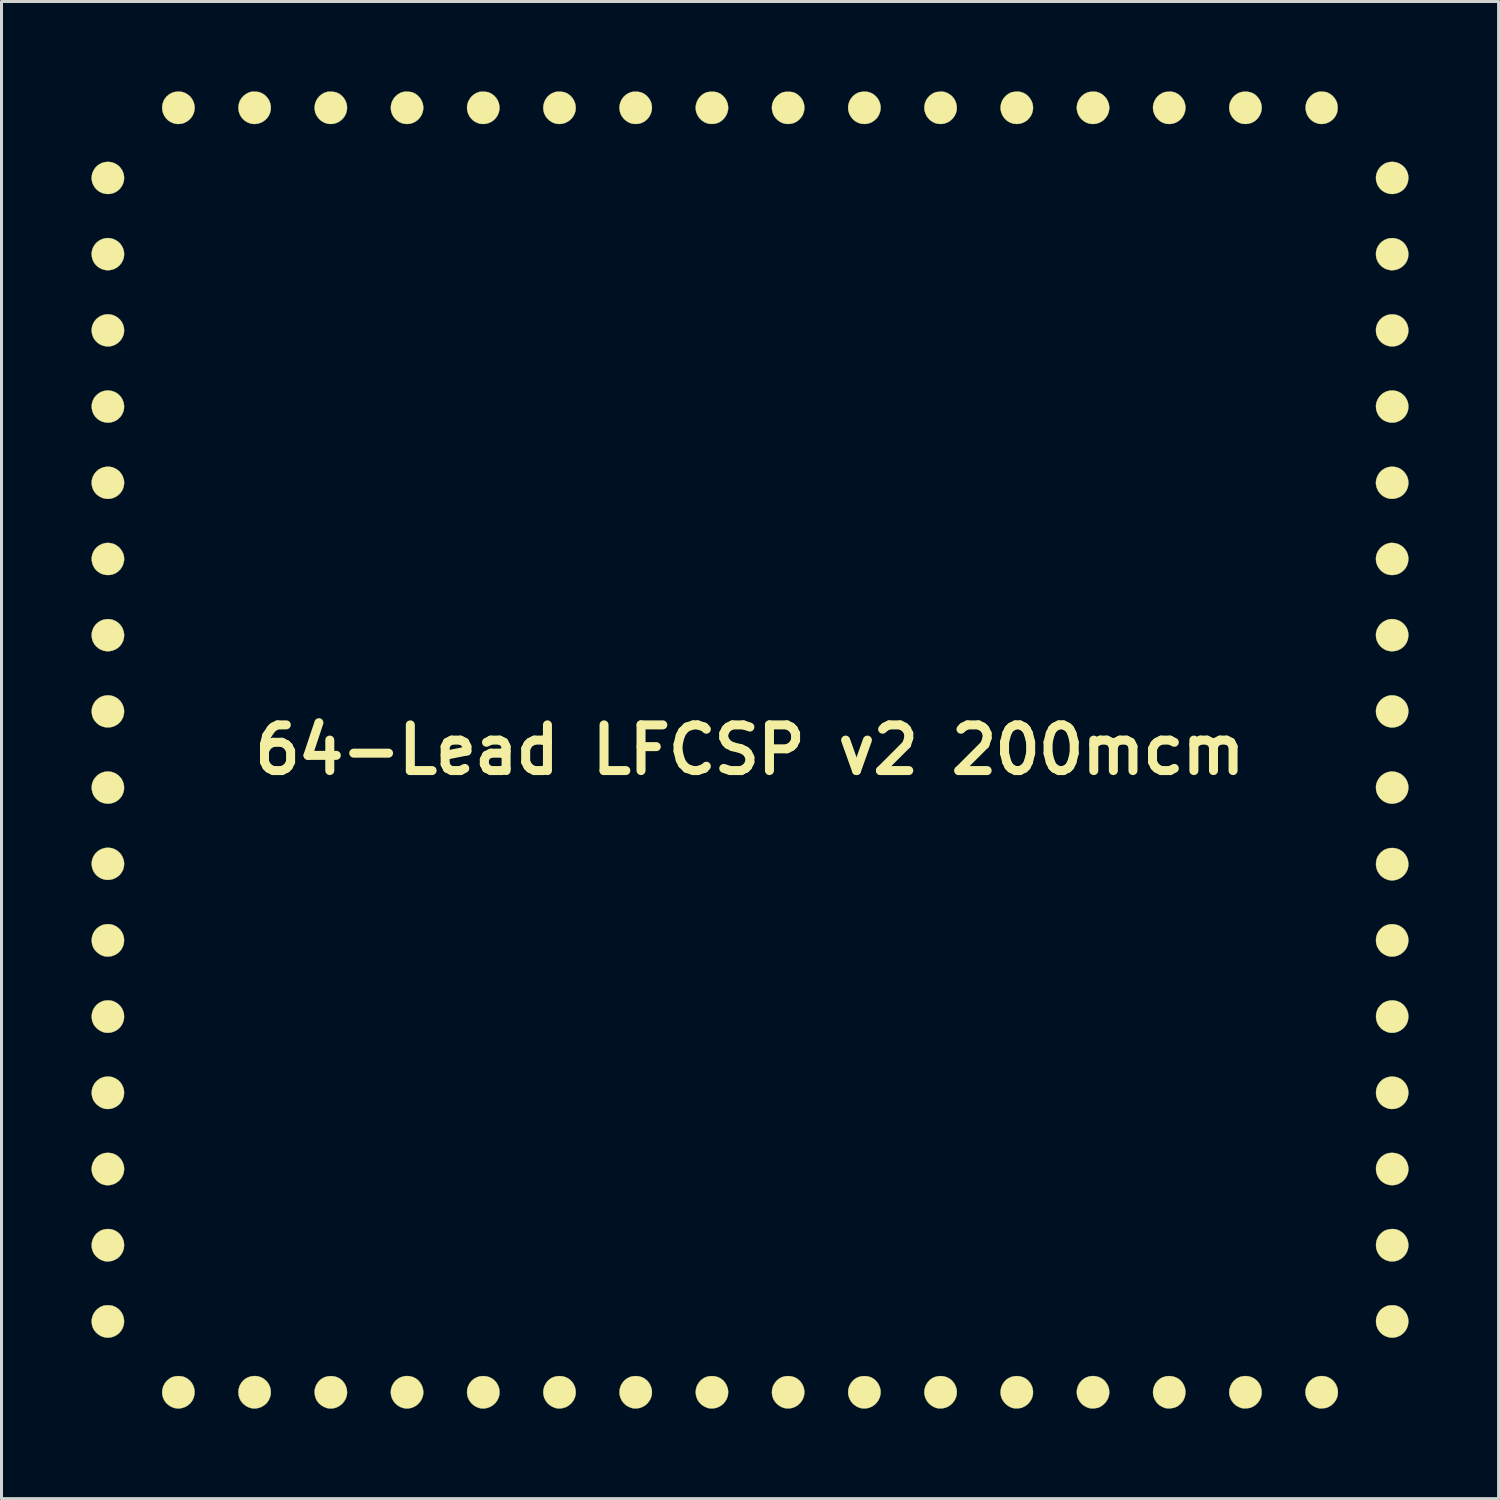
<source format=kicad_pcb>
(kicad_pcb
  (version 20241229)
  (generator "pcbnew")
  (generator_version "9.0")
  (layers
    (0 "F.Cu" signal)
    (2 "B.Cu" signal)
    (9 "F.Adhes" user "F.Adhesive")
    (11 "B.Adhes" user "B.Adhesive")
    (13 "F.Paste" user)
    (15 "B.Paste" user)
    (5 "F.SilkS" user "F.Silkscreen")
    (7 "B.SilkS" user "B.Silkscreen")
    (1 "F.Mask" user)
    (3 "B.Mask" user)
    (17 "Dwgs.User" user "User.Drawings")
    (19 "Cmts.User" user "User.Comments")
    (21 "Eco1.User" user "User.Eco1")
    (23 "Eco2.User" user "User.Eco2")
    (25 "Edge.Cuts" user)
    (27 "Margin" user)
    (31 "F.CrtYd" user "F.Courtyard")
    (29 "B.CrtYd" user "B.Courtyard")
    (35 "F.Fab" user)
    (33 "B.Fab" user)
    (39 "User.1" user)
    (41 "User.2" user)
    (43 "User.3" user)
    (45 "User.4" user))
  (footprint "64-Lead LFCSP v2 200mcm"
    (layer "F.Cu")
    (at 21.952 21.953)
    (property "Reference" "64-Lead LFCSP v2 200mcm" (at 0 0 0) (layer "F.SilkS") (effects (font (size 1.524 1.524) (thickness 0.3))))
    (attr through_hole)
    (fp_poly (pts (xy 21.514 -6.893) (xy 21.611 -6.865) (xy 21.7 -6.821) (xy 21.778 -6.763) (xy 21.845 -6.691) (xy 21.898 -6.61) (xy 21.935 -6.519) (xy 21.954 -6.422) (xy 21.955 -6.331) (xy 21.937 -6.227) (xy 21.902 -6.131) (xy 21.85 -6.046) (xy 21.784 -5.973) (xy 21.706 -5.913) (xy 21.617 -5.868) (xy 21.52 -5.84) (xy 21.417 -5.83) (xy 21.345 -5.834) (xy 21.244 -5.856) (xy 21.152 -5.896) (xy 21.071 -5.952) (xy 21.001 -6.021) (xy 20.944 -6.101) (xy 20.903 -6.19) (xy 20.879 -6.286) (xy 20.873 -6.386) (xy 20.879 -6.445) (xy 20.904 -6.543) (xy 20.947 -6.633) (xy 21.006 -6.714) (xy 21.078 -6.783) (xy 21.161 -6.838) (xy 21.252 -6.878) (xy 21.35 -6.9) (xy 21.41 -6.903) (xy 21.514 -6.893)) (stroke (width 0.01) (type solid)) (fill yes) (layer "F.SilkS"))
    (fp_poly (pts (xy 21.514 -4.352) (xy 21.611 -4.324) (xy 21.7 -4.28) (xy 21.778 -4.221) (xy 21.845 -4.15) (xy 21.898 -4.069) (xy 21.935 -3.978) (xy 21.954 -3.881) (xy 21.955 -3.79) (xy 21.937 -3.686) (xy 21.902 -3.59) (xy 21.85 -3.505) (xy 21.784 -3.432) (xy 21.706 -3.372) (xy 21.617 -3.327) (xy 21.52 -3.299) (xy 21.417 -3.289) (xy 21.345 -3.293) (xy 21.244 -3.315) (xy 21.152 -3.355) (xy 21.071 -3.411) (xy 21.001 -3.48) (xy 20.944 -3.56) (xy 20.903 -3.649) (xy 20.879 -3.745) (xy 20.873 -3.845) (xy 20.879 -3.904) (xy 20.904 -4.002) (xy 20.947 -4.092) (xy 21.006 -4.173) (xy 21.078 -4.242) (xy 21.161 -4.297) (xy 21.252 -4.337) (xy 21.35 -4.358) (xy 21.41 -4.362) (xy 21.514 -4.352)) (stroke (width 0.01) (type solid)) (fill yes) (layer "F.SilkS"))
    (fp_poly (pts (xy 21.514 -1.811) (xy 21.611 -1.783) (xy 21.7 -1.739) (xy 21.778 -1.68) (xy 21.845 -1.609) (xy 21.898 -1.528) (xy 21.935 -1.437) (xy 21.954 -1.34) (xy 21.955 -1.249) (xy 21.937 -1.146) (xy 21.902 -1.051) (xy 21.85 -0.965) (xy 21.784 -0.892) (xy 21.706 -0.831) (xy 21.617 -0.786) (xy 21.521 -0.757) (xy 21.419 -0.746) (xy 21.366 -0.749) (xy 21.265 -0.768) (xy 21.171 -0.805) (xy 21.088 -0.857) (xy 21.015 -0.924) (xy 20.956 -1.001) (xy 20.911 -1.088) (xy 20.883 -1.182) (xy 20.873 -1.282) (xy 20.879 -1.363) (xy 20.904 -1.461) (xy 20.947 -1.551) (xy 21.006 -1.632) (xy 21.078 -1.701) (xy 21.161 -1.756) (xy 21.252 -1.796) (xy 21.35 -1.817) (xy 21.41 -1.821) (xy 21.514 -1.811)) (stroke (width 0.01) (type solid)) (fill yes) (layer "F.SilkS"))
    (fp_poly (pts (xy -21.363 -17.064) (xy -21.259 -17.045) (xy -21.163 -17.008) (xy -21.077 -16.955) (xy -21.002 -16.887) (xy -20.942 -16.806) (xy -20.897 -16.715) (xy -20.87 -16.615) (xy -20.868 -16.607) (xy -20.863 -16.506) (xy -20.877 -16.408) (xy -20.908 -16.317) (xy -20.955 -16.233) (xy -21.015 -16.159) (xy -21.087 -16.096) (xy -21.169 -16.046) (xy -21.26 -16.012) (xy -21.356 -15.994) (xy -21.457 -15.995) (xy -21.478 -15.998) (xy -21.582 -16.023) (xy -21.675 -16.066) (xy -21.757 -16.123) (xy -21.826 -16.193) (xy -21.881 -16.273) (xy -21.92 -16.363) (xy -21.942 -16.459) (xy -21.946 -16.561) (xy -21.932 -16.654) (xy -21.899 -16.75) (xy -21.848 -16.837) (xy -21.783 -16.913) (xy -21.705 -16.975) (xy -21.618 -17.022) (xy -21.522 -17.053) (xy -21.421 -17.066) (xy -21.363 -17.064)) (stroke (width 0.01) (type solid)) (fill yes) (layer "F.SilkS"))
    (fp_poly (pts (xy -21.363 -14.523) (xy -21.259 -14.504) (xy -21.163 -14.467) (xy -21.077 -14.414) (xy -21.002 -14.346) (xy -20.941 -14.265) (xy -20.897 -14.174) (xy -20.869 -14.074) (xy -20.869 -14.068) (xy -20.863 -13.967) (xy -20.876 -13.87) (xy -20.907 -13.778) (xy -20.954 -13.695) (xy -21.014 -13.62) (xy -21.085 -13.557) (xy -21.167 -13.507) (xy -21.257 -13.472) (xy -21.353 -13.453) (xy -21.454 -13.454) (xy -21.478 -13.457) (xy -21.582 -13.482) (xy -21.675 -13.524) (xy -21.757 -13.582) (xy -21.826 -13.652) (xy -21.881 -13.732) (xy -21.92 -13.822) (xy -21.942 -13.918) (xy -21.946 -14.02) (xy -21.932 -14.112) (xy -21.899 -14.209) (xy -21.848 -14.296) (xy -21.783 -14.372) (xy -21.705 -14.434) (xy -21.618 -14.481) (xy -21.522 -14.512) (xy -21.421 -14.525) (xy -21.363 -14.523)) (stroke (width 0.01) (type solid)) (fill yes) (layer "F.SilkS"))
    (fp_poly (pts (xy -21.315 5.816) (xy -21.239 5.833) (xy -21.142 5.876) (xy -21.059 5.933) (xy -20.989 6.003) (xy -20.934 6.083) (xy -20.894 6.171) (xy -20.87 6.265) (xy -20.864 6.362) (xy -20.875 6.46) (xy -20.905 6.557) (xy -20.952 6.646) (xy -21.015 6.725) (xy -21.093 6.791) (xy -21.181 6.841) (xy -21.276 6.875) (xy -21.376 6.891) (xy -21.477 6.888) (xy -21.532 6.878) (xy -21.62 6.846) (xy -21.705 6.797) (xy -21.782 6.734) (xy -21.847 6.661) (xy -21.894 6.583) (xy -21.929 6.486) (xy -21.945 6.387) (xy -21.942 6.288) (xy -21.922 6.192) (xy -21.885 6.102) (xy -21.833 6.019) (xy -21.767 5.947) (xy -21.687 5.887) (xy -21.595 5.842) (xy -21.568 5.833) (xy -21.488 5.816) (xy -21.401 5.81) (xy -21.315 5.816)) (stroke (width 0.01) (type solid)) (fill yes) (layer "F.SilkS"))
    (fp_poly (pts (xy -21.314 8.357) (xy -21.239 8.374) (xy -21.142 8.417) (xy -21.059 8.474) (xy -20.989 8.544) (xy -20.933 8.625) (xy -20.894 8.713) (xy -20.87 8.807) (xy -20.864 8.904) (xy -20.875 9.002) (xy -20.906 9.099) (xy -20.952 9.187) (xy -21.015 9.266) (xy -21.093 9.332) (xy -21.181 9.382) (xy -21.276 9.416) (xy -21.376 9.432) (xy -21.477 9.429) (xy -21.532 9.419) (xy -21.62 9.387) (xy -21.705 9.338) (xy -21.782 9.275) (xy -21.847 9.202) (xy -21.894 9.124) (xy -21.929 9.027) (xy -21.945 8.928) (xy -21.942 8.829) (xy -21.922 8.733) (xy -21.885 8.642) (xy -21.832 8.559) (xy -21.766 8.487) (xy -21.685 8.427) (xy -21.593 8.382) (xy -21.568 8.374) (xy -21.488 8.356) (xy -21.4 8.351) (xy -21.314 8.357)) (stroke (width 0.01) (type solid)) (fill yes) (layer "F.SilkS"))
    (fp_poly (pts (xy -21.314 10.898) (xy -21.239 10.915) (xy -21.142 10.958) (xy -21.059 11.015) (xy -20.989 11.085) (xy -20.933 11.166) (xy -20.894 11.254) (xy -20.87 11.348) (xy -20.864 11.445) (xy -20.875 11.543) (xy -20.906 11.64) (xy -20.952 11.728) (xy -21.015 11.807) (xy -21.092 11.873) (xy -21.18 11.923) (xy -21.276 11.957) (xy -21.375 11.973) (xy -21.476 11.97) (xy -21.532 11.96) (xy -21.62 11.928) (xy -21.705 11.879) (xy -21.782 11.816) (xy -21.847 11.743) (xy -21.894 11.665) (xy -21.929 11.568) (xy -21.945 11.469) (xy -21.942 11.37) (xy -21.922 11.274) (xy -21.885 11.183) (xy -21.832 11.101) (xy -21.766 11.028) (xy -21.685 10.968) (xy -21.593 10.923) (xy -21.568 10.915) (xy -21.488 10.897) (xy -21.4 10.892) (xy -21.314 10.898)) (stroke (width 0.01) (type solid)) (fill yes) (layer "F.SilkS"))
    (fp_poly (pts (xy -21.312 0.728) (xy -21.276 0.736) (xy -21.183 0.768) (xy -21.101 0.814) (xy -21.031 0.871) (xy -20.963 0.948) (xy -20.913 1.036) (xy -20.88 1.13) (xy -20.865 1.227) (xy -20.868 1.327) (xy -20.89 1.424) (xy -20.931 1.518) (xy -20.963 1.569) (xy -21.032 1.647) (xy -21.113 1.71) (xy -21.205 1.756) (xy -21.304 1.784) (xy -21.408 1.793) (xy -21.472 1.789) (xy -21.575 1.766) (xy -21.669 1.726) (xy -21.752 1.669) (xy -21.823 1.598) (xy -21.88 1.514) (xy -21.92 1.42) (xy -21.942 1.318) (xy -21.945 1.293) (xy -21.942 1.191) (xy -21.921 1.095) (xy -21.883 1.006) (xy -21.83 0.927) (xy -21.764 0.857) (xy -21.688 0.8) (xy -21.602 0.757) (xy -21.51 0.73) (xy -21.413 0.72) (xy -21.312 0.728)) (stroke (width 0.01) (type solid)) (fill yes) (layer "F.SilkS"))
    (fp_poly (pts (xy -21.303 -6.893) (xy -21.209 -6.866) (xy -21.122 -6.822) (xy -21.045 -6.764) (xy -20.979 -6.694) (xy -20.926 -6.614) (xy -20.888 -6.527) (xy -20.866 -6.434) (xy -20.863 -6.337) (xy -20.868 -6.296) (xy -20.895 -6.19) (xy -20.938 -6.095) (xy -20.997 -6.013) (xy -21.069 -5.944) (xy -21.152 -5.89) (xy -21.245 -5.852) (xy -21.345 -5.832) (xy -21.452 -5.832) (xy -21.472 -5.834) (xy -21.576 -5.857) (xy -21.67 -5.897) (xy -21.753 -5.954) (xy -21.824 -6.025) (xy -21.88 -6.109) (xy -21.92 -6.204) (xy -21.942 -6.307) (xy -21.945 -6.331) (xy -21.942 -6.433) (xy -21.921 -6.53) (xy -21.882 -6.62) (xy -21.828 -6.7) (xy -21.76 -6.77) (xy -21.68 -6.827) (xy -21.59 -6.87) (xy -21.492 -6.896) (xy -21.403 -6.903) (xy -21.303 -6.893)) (stroke (width 0.01) (type solid)) (fill yes) (layer "F.SilkS"))
    (fp_poly (pts (xy -21.299 13.443) (xy -21.204 13.47) (xy -21.118 13.513) (xy -21.043 13.57) (xy -20.979 13.638) (xy -20.928 13.716) (xy -20.891 13.802) (xy -20.869 13.893) (xy -20.863 13.987) (xy -20.875 14.083) (xy -20.904 14.179) (xy -20.952 14.269) (xy -21.015 14.348) (xy -21.091 14.412) (xy -21.178 14.463) (xy -21.272 14.497) (xy -21.37 14.513) (xy -21.469 14.512) (xy -21.535 14.499) (xy -21.619 14.47) (xy -21.693 14.43) (xy -21.762 14.375) (xy -21.785 14.352) (xy -21.855 14.269) (xy -21.906 14.178) (xy -21.936 14.081) (xy -21.947 13.981) (xy -21.938 13.878) (xy -21.908 13.776) (xy -21.891 13.738) (xy -21.837 13.646) (xy -21.768 13.569) (xy -21.686 13.509) (xy -21.593 13.465) (xy -21.491 13.44) (xy -21.403 13.434) (xy -21.299 13.443)) (stroke (width 0.01) (type solid)) (fill yes) (layer "F.SilkS"))
    (fp_poly (pts (xy -21.299 3.271) (xy -21.201 3.301) (xy -21.111 3.348) (xy -21.031 3.412) (xy -20.964 3.489) (xy -20.921 3.561) (xy -20.882 3.662) (xy -20.864 3.762) (xy -20.867 3.863) (xy -20.891 3.967) (xy -20.901 3.996) (xy -20.945 4.084) (xy -21.005 4.161) (xy -21.079 4.226) (xy -21.164 4.278) (xy -21.257 4.313) (xy -21.356 4.332) (xy -21.458 4.332) (xy -21.472 4.33) (xy -21.575 4.307) (xy -21.67 4.266) (xy -21.753 4.209) (xy -21.824 4.138) (xy -21.88 4.054) (xy -21.92 3.96) (xy -21.942 3.858) (xy -21.945 3.834) (xy -21.942 3.731) (xy -21.921 3.634) (xy -21.882 3.544) (xy -21.828 3.463) (xy -21.76 3.393) (xy -21.68 3.336) (xy -21.59 3.294) (xy -21.491 3.268) (xy -21.402 3.261) (xy -21.299 3.271)) (stroke (width 0.01) (type solid)) (fill yes) (layer "F.SilkS"))
    (fp_poly (pts (xy -21.298 -9.434) (xy -21.202 -9.404) (xy -21.112 -9.357) (xy -21.032 -9.294) (xy -20.965 -9.217) (xy -20.921 -9.144) (xy -20.883 -9.047) (xy -20.864 -8.953) (xy -20.865 -8.858) (xy -20.885 -8.758) (xy -20.891 -8.737) (xy -20.931 -8.646) (xy -20.988 -8.565) (xy -21.059 -8.495) (xy -21.14 -8.439) (xy -21.231 -8.399) (xy -21.327 -8.375) (xy -21.427 -8.37) (xy -21.478 -8.375) (xy -21.582 -8.4) (xy -21.677 -8.443) (xy -21.761 -8.502) (xy -21.832 -8.575) (xy -21.887 -8.661) (xy -21.917 -8.73) (xy -21.941 -8.83) (xy -21.946 -8.93) (xy -21.933 -9.026) (xy -21.902 -9.117) (xy -21.856 -9.201) (xy -21.797 -9.276) (xy -21.724 -9.339) (xy -21.641 -9.389) (xy -21.548 -9.424) (xy -21.447 -9.442) (xy -21.4 -9.444) (xy -21.298 -9.434)) (stroke (width 0.01) (type solid)) (fill yes) (layer "F.SilkS"))
    (fp_poly (pts (xy 1.385 20.887) (xy 1.485 20.915) (xy 1.575 20.962) (xy 1.654 21.027) (xy 1.721 21.108) (xy 1.764 21.182) (xy 1.8 21.279) (xy 1.816 21.376) (xy 1.815 21.471) (xy 1.797 21.562) (xy 1.763 21.649) (xy 1.715 21.728) (xy 1.655 21.799) (xy 1.584 21.859) (xy 1.503 21.906) (xy 1.414 21.939) (xy 1.318 21.956) (xy 1.216 21.955) (xy 1.165 21.947) (xy 1.09 21.925) (xy 1.013 21.887) (xy 0.94 21.837) (xy 0.894 21.796) (xy 0.826 21.714) (xy 0.776 21.624) (xy 0.746 21.527) (xy 0.734 21.427) (xy 0.742 21.326) (xy 0.769 21.226) (xy 0.788 21.182) (xy 0.845 21.088) (xy 0.914 21.011) (xy 0.996 20.95) (xy 1.088 20.907) (xy 1.191 20.883) (xy 1.276 20.877) (xy 1.385 20.887)) (stroke (width 0.01) (type solid)) (fill yes) (layer "F.SilkS"))
    (fp_poly (pts (xy 3.926 20.887) (xy 4.026 20.915) (xy 4.116 20.962) (xy 4.196 21.027) (xy 4.263 21.109) (xy 4.304 21.181) (xy 4.341 21.276) (xy 4.358 21.372) (xy 4.357 21.467) (xy 4.339 21.558) (xy 4.306 21.645) (xy 4.259 21.724) (xy 4.2 21.795) (xy 4.129 21.856) (xy 4.049 21.904) (xy 3.96 21.938) (xy 3.865 21.956) (xy 3.764 21.956) (xy 3.706 21.947) (xy 3.632 21.925) (xy 3.554 21.887) (xy 3.481 21.837) (xy 3.435 21.796) (xy 3.367 21.714) (xy 3.318 21.624) (xy 3.287 21.527) (xy 3.275 21.427) (xy 3.283 21.326) (xy 3.31 21.226) (xy 3.329 21.182) (xy 3.386 21.088) (xy 3.455 21.011) (xy 3.537 20.95) (xy 3.629 20.907) (xy 3.732 20.883) (xy 3.817 20.877) (xy 3.926 20.887)) (stroke (width 0.01) (type solid)) (fill yes) (layer "F.SilkS"))
    (fp_poly (pts (xy 6.467 20.887) (xy 6.568 20.916) (xy 6.658 20.963) (xy 6.737 21.027) (xy 6.804 21.108) (xy 6.845 21.18) (xy 6.882 21.276) (xy 6.899 21.373) (xy 6.898 21.468) (xy 6.88 21.559) (xy 6.846 21.646) (xy 6.799 21.726) (xy 6.739 21.797) (xy 6.668 21.857) (xy 6.588 21.905) (xy 6.499 21.938) (xy 6.403 21.956) (xy 6.302 21.955) (xy 6.247 21.947) (xy 6.173 21.925) (xy 6.095 21.887) (xy 6.023 21.837) (xy 5.976 21.796) (xy 5.908 21.714) (xy 5.859 21.624) (xy 5.828 21.527) (xy 5.816 21.427) (xy 5.824 21.326) (xy 5.851 21.226) (xy 5.87 21.182) (xy 5.927 21.088) (xy 5.996 21.011) (xy 6.078 20.95) (xy 6.171 20.907) (xy 6.273 20.883) (xy 6.358 20.877) (xy 6.467 20.887)) (stroke (width 0.01) (type solid)) (fill yes) (layer "F.SilkS"))
    (fp_poly (pts (xy 21.515 0.73) (xy 21.614 0.759) (xy 21.705 0.804) (xy 21.784 0.865) (xy 21.852 0.94) (xy 21.904 1.026) (xy 21.94 1.123) (xy 21.95 1.172) (xy 21.957 1.273) (xy 21.943 1.372) (xy 21.912 1.468) (xy 21.863 1.556) (xy 21.799 1.635) (xy 21.721 1.7) (xy 21.711 1.707) (xy 21.629 1.749) (xy 21.538 1.778) (xy 21.443 1.793) (xy 21.366 1.792) (xy 21.265 1.773) (xy 21.171 1.736) (xy 21.088 1.684) (xy 21.015 1.617) (xy 20.956 1.54) (xy 20.911 1.453) (xy 20.883 1.359) (xy 20.873 1.259) (xy 20.879 1.178) (xy 20.904 1.081) (xy 20.947 0.99) (xy 21.006 0.91) (xy 21.078 0.841) (xy 21.16 0.785) (xy 21.252 0.746) (xy 21.349 0.724) (xy 21.409 0.72) (xy 21.515 0.73)) (stroke (width 0.01) (type solid)) (fill yes) (layer "F.SilkS"))
    (fp_poly (pts (xy 21.53 -11.972) (xy 21.619 -11.944) (xy 21.702 -11.901) (xy 21.775 -11.846) (xy 21.839 -11.78) (xy 21.89 -11.703) (xy 21.928 -11.619) (xy 21.951 -11.529) (xy 21.957 -11.434) (xy 21.945 -11.336) (xy 21.922 -11.26) (xy 21.877 -11.168) (xy 21.816 -11.088) (xy 21.741 -11.021) (xy 21.656 -10.968) (xy 21.562 -10.931) (xy 21.464 -10.912) (xy 21.362 -10.913) (xy 21.339 -10.916) (xy 21.234 -10.942) (xy 21.139 -10.985) (xy 21.056 -11.045) (xy 20.986 -11.119) (xy 20.932 -11.207) (xy 20.894 -11.305) (xy 20.878 -11.382) (xy 20.874 -11.48) (xy 20.889 -11.576) (xy 20.923 -11.668) (xy 20.972 -11.753) (xy 21.036 -11.829) (xy 21.112 -11.892) (xy 21.199 -11.94) (xy 21.235 -11.954) (xy 21.336 -11.979) (xy 21.435 -11.984) (xy 21.53 -11.972)) (stroke (width 0.01) (type solid)) (fill yes) (layer "F.SilkS"))
    (fp_poly (pts (xy 21.532 -19.594) (xy 21.623 -19.565) (xy 21.707 -19.521) (xy 21.782 -19.463) (xy 21.847 -19.394) (xy 21.898 -19.314) (xy 21.934 -19.226) (xy 21.954 -19.13) (xy 21.955 -19.037) (xy 21.937 -18.929) (xy 21.901 -18.832) (xy 21.847 -18.745) (xy 21.775 -18.669) (xy 21.711 -18.622) (xy 21.629 -18.579) (xy 21.537 -18.55) (xy 21.442 -18.535) (xy 21.351 -18.537) (xy 21.339 -18.539) (xy 21.234 -18.565) (xy 21.139 -18.608) (xy 21.056 -18.668) (xy 20.986 -18.742) (xy 20.932 -18.83) (xy 20.894 -18.928) (xy 20.878 -19.005) (xy 20.874 -19.102) (xy 20.89 -19.199) (xy 20.923 -19.29) (xy 20.972 -19.376) (xy 21.036 -19.451) (xy 21.113 -19.515) (xy 21.2 -19.563) (xy 21.237 -19.578) (xy 21.337 -19.602) (xy 21.436 -19.607) (xy 21.532 -19.594)) (stroke (width 0.01) (type solid)) (fill yes) (layer "F.SilkS"))
    (fp_poly (pts (xy 21.534 -17.052) (xy 21.634 -17.02) (xy 21.657 -17.009) (xy 21.744 -16.957) (xy 21.817 -16.889) (xy 21.876 -16.81) (xy 21.92 -16.722) (xy 21.947 -16.627) (xy 21.956 -16.527) (xy 21.947 -16.427) (xy 21.927 -16.353) (xy 21.885 -16.262) (xy 21.826 -16.181) (xy 21.754 -16.113) (xy 21.67 -16.058) (xy 21.578 -16.019) (xy 21.481 -15.997) (xy 21.381 -15.993) (xy 21.339 -15.998) (xy 21.237 -16.023) (xy 21.144 -16.065) (xy 21.062 -16.123) (xy 20.993 -16.193) (xy 20.938 -16.274) (xy 20.899 -16.365) (xy 20.877 -16.461) (xy 20.874 -16.562) (xy 20.879 -16.607) (xy 20.904 -16.708) (xy 20.946 -16.799) (xy 21.003 -16.878) (xy 21.073 -16.945) (xy 21.153 -16.998) (xy 21.241 -17.037) (xy 21.336 -17.059) (xy 21.434 -17.065) (xy 21.534 -17.052)) (stroke (width 0.01) (type solid)) (fill yes) (layer "F.SilkS"))
    (fp_poly (pts (xy 21.534 -14.511) (xy 21.634 -14.479) (xy 21.657 -14.468) (xy 21.744 -14.416) (xy 21.818 -14.348) (xy 21.876 -14.269) (xy 21.92 -14.181) (xy 21.947 -14.086) (xy 21.956 -13.987) (xy 21.947 -13.887) (xy 21.922 -13.801) (xy 21.877 -13.71) (xy 21.816 -13.629) (xy 21.741 -13.562) (xy 21.656 -13.509) (xy 21.562 -13.472) (xy 21.464 -13.453) (xy 21.362 -13.454) (xy 21.339 -13.457) (xy 21.237 -13.482) (xy 21.144 -13.524) (xy 21.062 -13.582) (xy 20.993 -13.652) (xy 20.938 -13.733) (xy 20.899 -13.823) (xy 20.877 -13.92) (xy 20.874 -14.021) (xy 20.879 -14.066) (xy 20.904 -14.167) (xy 20.946 -14.258) (xy 21.003 -14.337) (xy 21.073 -14.404) (xy 21.153 -14.457) (xy 21.241 -14.496) (xy 21.336 -14.518) (xy 21.434 -14.523) (xy 21.534 -14.511)) (stroke (width 0.01) (type solid)) (fill yes) (layer "F.SilkS"))
    (fp_poly (pts (xy -21.363 -11.982) (xy -21.257 -11.963) (xy -21.159 -11.926) (xy -21.072 -11.871) (xy -20.997 -11.8) (xy -20.937 -11.715) (xy -20.916 -11.676) (xy -20.88 -11.576) (xy -20.864 -11.475) (xy -20.868 -11.376) (xy -20.89 -11.279) (xy -20.931 -11.188) (xy -20.988 -11.105) (xy -21.063 -11.032) (xy -21.144 -10.977) (xy -21.218 -10.944) (xy -21.304 -10.921) (xy -21.393 -10.911) (xy -21.476 -10.915) (xy -21.478 -10.916) (xy -21.584 -10.942) (xy -21.679 -10.985) (xy -21.762 -11.044) (xy -21.832 -11.117) (xy -21.886 -11.202) (xy -21.924 -11.298) (xy -21.944 -11.403) (xy -21.945 -11.414) (xy -21.942 -11.515) (xy -21.921 -11.611) (xy -21.882 -11.7) (xy -21.829 -11.781) (xy -21.762 -11.85) (xy -21.683 -11.907) (xy -21.595 -11.95) (xy -21.5 -11.976) (xy -21.399 -11.984) (xy -21.363 -11.982)) (stroke (width 0.01) (type solid)) (fill yes) (layer "F.SilkS"))
    (fp_poly (pts (xy -21.337 -4.357) (xy -21.244 -4.337) (xy -21.155 -4.301) (xy -21.073 -4.249) (xy -21.002 -4.182) (xy -20.942 -4.1) (xy -20.921 -4.062) (xy -20.882 -3.961) (xy -20.864 -3.861) (xy -20.867 -3.76) (xy -20.891 -3.657) (xy -20.901 -3.627) (xy -20.945 -3.539) (xy -21.005 -3.461) (xy -21.079 -3.396) (xy -21.164 -3.345) (xy -21.258 -3.309) (xy -21.358 -3.291) (xy -21.46 -3.292) (xy -21.472 -3.293) (xy -21.576 -3.316) (xy -21.671 -3.358) (xy -21.702 -3.376) (xy -21.783 -3.441) (xy -21.849 -3.517) (xy -21.898 -3.602) (xy -21.93 -3.693) (xy -21.945 -3.789) (xy -21.943 -3.885) (xy -21.923 -3.98) (xy -21.885 -4.072) (xy -21.83 -4.157) (xy -21.789 -4.202) (xy -21.709 -4.269) (xy -21.621 -4.317) (xy -21.528 -4.347) (xy -21.433 -4.361) (xy -21.337 -4.357)) (stroke (width 0.01) (type solid)) (fill yes) (layer "F.SilkS"))
    (fp_poly (pts (xy -21.337 -1.816) (xy -21.244 -1.796) (xy -21.155 -1.76) (xy -21.073 -1.708) (xy -21.002 -1.641) (xy -20.942 -1.559) (xy -20.921 -1.521) (xy -20.882 -1.42) (xy -20.864 -1.32) (xy -20.867 -1.219) (xy -20.891 -1.116) (xy -20.901 -1.086) (xy -20.945 -0.998) (xy -21.005 -0.92) (xy -21.079 -0.855) (xy -21.164 -0.804) (xy -21.258 -0.768) (xy -21.358 -0.75) (xy -21.46 -0.751) (xy -21.472 -0.752) (xy -21.576 -0.775) (xy -21.671 -0.817) (xy -21.702 -0.835) (xy -21.783 -0.9) (xy -21.849 -0.976) (xy -21.898 -1.061) (xy -21.93 -1.152) (xy -21.945 -1.247) (xy -21.943 -1.344) (xy -21.923 -1.439) (xy -21.885 -1.53) (xy -21.83 -1.616) (xy -21.789 -1.661) (xy -21.709 -1.728) (xy -21.621 -1.776) (xy -21.528 -1.806) (xy -21.433 -1.82) (xy -21.337 -1.816)) (stroke (width 0.01) (type solid)) (fill yes) (layer "F.SilkS"))
    (fp_poly (pts (xy -21.333 -19.602) (xy -21.24 -19.581) (xy -21.151 -19.544) (xy -21.069 -19.491) (xy -20.998 -19.423) (xy -20.938 -19.339) (xy -20.915 -19.296) (xy -20.88 -19.2) (xy -20.864 -19.103) (xy -20.867 -19.008) (xy -20.887 -18.916) (xy -20.922 -18.83) (xy -20.971 -18.752) (xy -21.032 -18.682) (xy -21.105 -18.624) (xy -21.187 -18.578) (xy -21.278 -18.548) (xy -21.375 -18.534) (xy -21.478 -18.539) (xy -21.483 -18.54) (xy -21.587 -18.566) (xy -21.682 -18.609) (xy -21.765 -18.67) (xy -21.835 -18.745) (xy -21.891 -18.834) (xy -21.929 -18.934) (xy -21.932 -18.946) (xy -21.947 -19.045) (xy -21.942 -19.145) (xy -21.918 -19.243) (xy -21.875 -19.335) (xy -21.816 -19.419) (xy -21.787 -19.449) (xy -21.707 -19.516) (xy -21.618 -19.564) (xy -21.525 -19.594) (xy -21.429 -19.606) (xy -21.333 -19.602)) (stroke (width 0.01) (type solid)) (fill yes) (layer "F.SilkS"))
    (fp_poly (pts (xy -21.289 15.985) (xy -21.195 16.014) (xy -21.11 16.058) (xy -21.036 16.116) (xy -20.973 16.186) (xy -20.924 16.265) (xy -20.888 16.351) (xy -20.868 16.442) (xy -20.864 16.537) (xy -20.877 16.633) (xy -20.908 16.729) (xy -20.952 16.81) (xy -21.015 16.889) (xy -21.091 16.954) (xy -21.178 17.004) (xy -21.272 17.038) (xy -21.37 17.054) (xy -21.469 17.053) (xy -21.535 17.04) (xy -21.631 17.005) (xy -21.719 16.952) (xy -21.797 16.886) (xy -21.86 16.809) (xy -21.863 16.804) (xy -21.91 16.713) (xy -21.937 16.615) (xy -21.946 16.515) (xy -21.936 16.415) (xy -21.909 16.318) (xy -21.863 16.227) (xy -21.8 16.144) (xy -21.785 16.129) (xy -21.705 16.062) (xy -21.617 16.014) (xy -21.521 15.985) (xy -21.415 15.974) (xy -21.393 15.974) (xy -21.289 15.985)) (stroke (width 0.01) (type solid)) (fill yes) (layer "F.SilkS"))
    (fp_poly (pts (xy -16.429 20.881) (xy -16.337 20.904) (xy -16.249 20.942) (xy -16.168 20.998) (xy -16.096 21.07) (xy -16.08 21.089) (xy -16.025 21.179) (xy -15.989 21.275) (xy -15.973 21.374) (xy -15.974 21.474) (xy -15.995 21.572) (xy -16.034 21.666) (xy -16.091 21.753) (xy -16.131 21.798) (xy -16.211 21.863) (xy -16.301 21.913) (xy -16.397 21.944) (xy -16.496 21.958) (xy -16.596 21.952) (xy -16.644 21.942) (xy -16.739 21.907) (xy -16.828 21.854) (xy -16.906 21.788) (xy -16.968 21.711) (xy -16.971 21.706) (xy -17.017 21.615) (xy -17.045 21.517) (xy -17.054 21.415) (xy -17.044 21.312) (xy -17.015 21.212) (xy -16.994 21.167) (xy -16.94 21.08) (xy -16.872 21.009) (xy -16.795 20.952) (xy -16.709 20.911) (xy -16.618 20.885) (xy -16.524 20.875) (xy -16.429 20.881)) (stroke (width 0.01) (type solid)) (fill yes) (layer "F.SilkS"))
    (fp_poly (pts (xy -13.862 20.887) (xy -13.763 20.915) (xy -13.673 20.961) (xy -13.595 21.024) (xy -13.53 21.101) (xy -13.479 21.192) (xy -13.444 21.296) (xy -13.44 21.318) (xy -13.429 21.417) (xy -13.438 21.514) (xy -13.465 21.605) (xy -13.507 21.69) (xy -13.562 21.766) (xy -13.63 21.832) (xy -13.707 21.886) (xy -13.793 21.927) (xy -13.884 21.952) (xy -13.981 21.959) (xy -14.079 21.948) (xy -14.103 21.942) (xy -14.2 21.906) (xy -14.29 21.852) (xy -14.369 21.784) (xy -14.422 21.719) (xy -14.467 21.637) (xy -14.497 21.544) (xy -14.512 21.447) (xy -14.51 21.351) (xy -14.501 21.3) (xy -14.467 21.196) (xy -14.416 21.105) (xy -14.35 21.027) (xy -14.272 20.964) (xy -14.182 20.917) (xy -14.082 20.888) (xy -13.974 20.877) (xy -13.971 20.877) (xy -13.862 20.887)) (stroke (width 0.01) (type solid)) (fill yes) (layer "F.SilkS"))
    (fp_poly (pts (xy -11.354 20.88) (xy -11.25 20.904) (xy -11.229 20.911) (xy -11.142 20.955) (xy -11.064 21.015) (xy -10.999 21.089) (xy -10.947 21.173) (xy -10.91 21.265) (xy -10.891 21.362) (xy -10.889 21.461) (xy -10.894 21.497) (xy -10.92 21.596) (xy -10.963 21.686) (xy -11.021 21.767) (xy -11.092 21.835) (xy -11.172 21.89) (xy -11.261 21.93) (xy -11.355 21.953) (xy -11.452 21.959) (xy -11.551 21.945) (xy -11.562 21.942) (xy -11.66 21.906) (xy -11.747 21.853) (xy -11.822 21.787) (xy -11.884 21.71) (xy -11.93 21.623) (xy -11.961 21.53) (xy -11.973 21.432) (xy -11.967 21.332) (xy -11.96 21.3) (xy -11.926 21.198) (xy -11.876 21.108) (xy -11.812 21.031) (xy -11.735 20.968) (xy -11.649 20.92) (xy -11.556 20.889) (xy -11.457 20.875) (xy -11.354 20.88)) (stroke (width 0.01) (type solid)) (fill yes) (layer "F.SilkS"))
    (fp_poly (pts (xy -8.784 20.886) (xy -8.688 20.913) (xy -8.602 20.955) (xy -8.527 21.011) (xy -8.464 21.078) (xy -8.414 21.154) (xy -8.377 21.237) (xy -8.354 21.325) (xy -8.346 21.416) (xy -8.354 21.509) (xy -8.379 21.6) (xy -8.422 21.688) (xy -8.483 21.771) (xy -8.508 21.797) (xy -8.587 21.863) (xy -8.677 21.912) (xy -8.773 21.944) (xy -8.872 21.958) (xy -8.971 21.953) (xy -9.021 21.942) (xy -9.121 21.905) (xy -9.21 21.85) (xy -9.288 21.78) (xy -9.35 21.697) (xy -9.397 21.603) (xy -9.417 21.534) (xy -9.431 21.432) (xy -9.425 21.331) (xy -9.4 21.233) (xy -9.357 21.141) (xy -9.298 21.059) (xy -9.223 20.988) (xy -9.186 20.962) (xy -9.099 20.916) (xy -9.008 20.888) (xy -8.908 20.877) (xy -8.888 20.877) (xy -8.784 20.886)) (stroke (width 0.01) (type solid)) (fill yes) (layer "F.SilkS"))
    (fp_poly (pts (xy 16.601 -21.943) (xy 16.698 -21.923) (xy 16.787 -21.885) (xy 16.867 -21.829) (xy 16.902 -21.796) (xy 16.971 -21.713) (xy 17.022 -21.622) (xy 17.053 -21.527) (xy 17.066 -21.428) (xy 17.06 -21.33) (xy 17.035 -21.233) (xy 16.991 -21.139) (xy 16.928 -21.052) (xy 16.892 -21.015) (xy 16.816 -20.954) (xy 16.728 -20.909) (xy 16.632 -20.88) (xy 16.532 -20.869) (xy 16.431 -20.876) (xy 16.394 -20.883) (xy 16.3 -20.916) (xy 16.215 -20.967) (xy 16.144 -21.028) (xy 16.076 -21.109) (xy 16.026 -21.198) (xy 15.995 -21.292) (xy 15.982 -21.389) (xy 15.986 -21.485) (xy 16.008 -21.58) (xy 16.047 -21.669) (xy 16.103 -21.752) (xy 16.175 -21.825) (xy 16.234 -21.868) (xy 16.301 -21.905) (xy 16.369 -21.929) (xy 16.446 -21.942) (xy 16.492 -21.946) (xy 16.601 -21.943)) (stroke (width 0.01) (type solid)) (fill yes) (layer "F.SilkS"))
    (fp_poly (pts (xy 21.499 -9.437) (xy 21.594 -9.414) (xy 21.684 -9.373) (xy 21.767 -9.314) (xy 21.796 -9.287) (xy 21.863 -9.206) (xy 21.913 -9.118) (xy 21.944 -9.025) (xy 21.957 -8.929) (xy 21.952 -8.833) (xy 21.93 -8.739) (xy 21.891 -8.65) (xy 21.835 -8.568) (xy 21.763 -8.495) (xy 21.711 -8.457) (xy 21.628 -8.415) (xy 21.537 -8.386) (xy 21.442 -8.371) (xy 21.35 -8.373) (xy 21.339 -8.375) (xy 21.235 -8.4) (xy 21.14 -8.444) (xy 21.057 -8.504) (xy 20.988 -8.578) (xy 20.933 -8.665) (xy 20.894 -8.762) (xy 20.874 -8.859) (xy 20.874 -8.945) (xy 20.891 -9.038) (xy 20.926 -9.131) (xy 20.932 -9.144) (xy 20.986 -9.232) (xy 21.053 -9.305) (xy 21.131 -9.363) (xy 21.217 -9.406) (xy 21.309 -9.433) (xy 21.404 -9.443) (xy 21.499 -9.437)) (stroke (width 0.01) (type solid)) (fill yes) (layer "F.SilkS"))
    (fp_poly (pts (xy 21.522 13.444) (xy 21.622 13.473) (xy 21.713 13.519) (xy 21.792 13.582) (xy 21.858 13.66) (xy 21.909 13.751) (xy 21.944 13.855) (xy 21.944 13.857) (xy 21.958 13.957) (xy 21.952 14.054) (xy 21.929 14.147) (xy 21.89 14.233) (xy 21.836 14.311) (xy 21.771 14.378) (xy 21.695 14.434) (xy 21.61 14.477) (xy 21.518 14.504) (xy 21.421 14.514) (xy 21.321 14.506) (xy 21.29 14.499) (xy 21.191 14.466) (xy 21.105 14.416) (xy 21.031 14.354) (xy 20.971 14.281) (xy 20.925 14.199) (xy 20.893 14.11) (xy 20.877 14.018) (xy 20.876 13.924) (xy 20.893 13.83) (xy 20.926 13.74) (xy 20.977 13.654) (xy 21.032 13.59) (xy 21.114 13.522) (xy 21.202 13.473) (xy 21.299 13.444) (xy 21.405 13.434) (xy 21.414 13.434) (xy 21.522 13.444)) (stroke (width 0.01) (type solid)) (fill yes) (layer "F.SilkS"))
    (fp_poly (pts (xy 21.534 3.281) (xy 21.632 3.312) (xy 21.711 3.354) (xy 21.792 3.418) (xy 21.857 3.496) (xy 21.907 3.584) (xy 21.94 3.679) (xy 21.956 3.779) (xy 21.952 3.88) (xy 21.929 3.981) (xy 21.928 3.985) (xy 21.885 4.077) (xy 21.827 4.158) (xy 21.756 4.227) (xy 21.674 4.282) (xy 21.584 4.322) (xy 21.489 4.346) (xy 21.391 4.352) (xy 21.294 4.338) (xy 21.284 4.335) (xy 21.185 4.298) (xy 21.097 4.245) (xy 21.022 4.179) (xy 20.961 4.1) (xy 20.915 4.013) (xy 20.886 3.918) (xy 20.874 3.819) (xy 20.881 3.717) (xy 20.905 3.622) (xy 20.941 3.545) (xy 20.993 3.47) (xy 21.056 3.403) (xy 21.124 3.35) (xy 21.134 3.343) (xy 21.229 3.3) (xy 21.329 3.275) (xy 21.432 3.269) (xy 21.534 3.281)) (stroke (width 0.01) (type solid)) (fill yes) (layer "F.SilkS"))
    (fp_poly (pts (xy -19.001 -21.947) (xy -18.928 -21.937) (xy -18.915 -21.934) (xy -18.818 -21.898) (xy -18.732 -21.845) (xy -18.657 -21.778) (xy -18.597 -21.699) (xy -18.551 -21.61) (xy -18.522 -21.515) (xy -18.512 -21.415) (xy -18.517 -21.332) (xy -18.543 -21.232) (xy -18.585 -21.141) (xy -18.643 -21.06) (xy -18.713 -20.992) (xy -18.794 -20.937) (xy -18.883 -20.897) (xy -18.978 -20.874) (xy -19.077 -20.868) (xy -19.178 -20.882) (xy -19.201 -20.888) (xy -19.299 -20.927) (xy -19.386 -20.982) (xy -19.422 -21.013) (xy -19.492 -21.093) (xy -19.543 -21.18) (xy -19.577 -21.272) (xy -19.594 -21.367) (xy -19.593 -21.462) (xy -19.576 -21.555) (xy -19.544 -21.644) (xy -19.496 -21.726) (xy -19.432 -21.799) (xy -19.355 -21.861) (xy -19.264 -21.91) (xy -19.232 -21.922) (xy -19.163 -21.939) (xy -19.083 -21.948) (xy -19.001 -21.947)) (stroke (width 0.01) (type solid)) (fill yes) (layer "F.SilkS"))
    (fp_poly (pts (xy -18.951 20.885) (xy -18.858 20.909) (xy -18.773 20.952) (xy -18.753 20.964) (xy -18.672 21.03) (xy -18.608 21.108) (xy -18.559 21.195) (xy -18.528 21.289) (xy -18.514 21.387) (xy -18.518 21.487) (xy -18.541 21.585) (xy -18.582 21.68) (xy -18.601 21.712) (xy -18.664 21.791) (xy -18.741 21.856) (xy -18.827 21.906) (xy -18.921 21.94) (xy -19.02 21.957) (xy -19.119 21.955) (xy -19.185 21.942) (xy -19.28 21.907) (xy -19.369 21.854) (xy -19.447 21.788) (xy -19.509 21.711) (xy -19.512 21.706) (xy -19.559 21.615) (xy -19.587 21.517) (xy -19.596 21.417) (xy -19.586 21.318) (xy -19.558 21.221) (xy -19.512 21.129) (xy -19.449 21.047) (xy -19.435 21.032) (xy -19.355 20.964) (xy -19.268 20.916) (xy -19.173 20.887) (xy -19.068 20.877) (xy -19.054 20.877) (xy -18.951 20.885)) (stroke (width 0.01) (type solid)) (fill yes) (layer "F.SilkS"))
    (fp_poly (pts (xy -3.697 20.887) (xy -3.597 20.915) (xy -3.507 20.962) (xy -3.428 21.027) (xy -3.361 21.108) (xy -3.319 21.182) (xy -3.282 21.279) (xy -3.266 21.376) (xy -3.267 21.471) (xy -3.285 21.563) (xy -3.319 21.649) (xy -3.367 21.728) (xy -3.427 21.799) (xy -3.499 21.859) (xy -3.58 21.906) (xy -3.669 21.939) (xy -3.765 21.956) (xy -3.867 21.955) (xy -3.917 21.947) (xy -3.949 21.938) (xy -3.992 21.922) (xy -4.038 21.902) (xy -4.051 21.896) (xy -4.138 21.842) (xy -4.212 21.773) (xy -4.27 21.694) (xy -4.313 21.605) (xy -4.34 21.511) (xy -4.348 21.413) (xy -4.339 21.314) (xy -4.31 21.217) (xy -4.294 21.181) (xy -4.236 21.086) (xy -4.166 21.009) (xy -4.084 20.949) (xy -3.991 20.906) (xy -3.889 20.882) (xy -3.806 20.877) (xy -3.697 20.887)) (stroke (width 0.01) (type solid)) (fill yes) (layer "F.SilkS"))
    (fp_poly (pts (xy -1.182 -21.941) (xy -1.116 -21.931) (xy -1.077 -21.92) (xy -0.984 -21.874) (xy -0.903 -21.813) (xy -0.835 -21.739) (xy -0.782 -21.654) (xy -0.745 -21.561) (xy -0.726 -21.463) (xy -0.725 -21.362) (xy -0.729 -21.336) (xy -0.754 -21.235) (xy -0.799 -21.14) (xy -0.86 -21.055) (xy -0.935 -20.982) (xy -0.999 -20.937) (xy -1.082 -20.9) (xy -1.175 -20.877) (xy -1.273 -20.87) (xy -1.368 -20.878) (xy -1.415 -20.889) (xy -1.509 -20.926) (xy -1.593 -20.98) (xy -1.666 -21.048) (xy -1.725 -21.127) (xy -1.77 -21.216) (xy -1.798 -21.311) (xy -1.808 -21.409) (xy -1.803 -21.48) (xy -1.778 -21.584) (xy -1.734 -21.68) (xy -1.675 -21.765) (xy -1.6 -21.837) (xy -1.513 -21.893) (xy -1.454 -21.92) (xy -1.398 -21.934) (xy -1.33 -21.942) (xy -1.255 -21.945) (xy -1.182 -21.941)) (stroke (width 0.01) (type solid)) (fill yes) (layer "F.SilkS"))
    (fp_poly (pts (xy -1.156 20.887) (xy -1.056 20.915) (xy -0.966 20.962) (xy -0.887 21.027) (xy -0.82 21.108) (xy -0.778 21.182) (xy -0.741 21.279) (xy -0.724 21.376) (xy -0.726 21.471) (xy -0.744 21.563) (xy -0.778 21.649) (xy -0.826 21.728) (xy -0.886 21.799) (xy -0.958 21.859) (xy -1.039 21.906) (xy -1.128 21.939) (xy -1.224 21.956) (xy -1.326 21.955) (xy -1.376 21.947) (xy -1.408 21.938) (xy -1.451 21.922) (xy -1.497 21.902) (xy -1.51 21.896) (xy -1.598 21.841) (xy -1.671 21.773) (xy -1.73 21.693) (xy -1.772 21.605) (xy -1.798 21.51) (xy -1.807 21.412) (xy -1.797 21.312) (xy -1.767 21.214) (xy -1.753 21.182) (xy -1.696 21.088) (xy -1.627 21.011) (xy -1.545 20.95) (xy -1.453 20.907) (xy -1.35 20.883) (xy -1.265 20.877) (xy -1.156 20.887)) (stroke (width 0.01) (type solid)) (fill yes) (layer "F.SilkS"))
    (fp_poly (pts (xy 19.172 20.885) (xy 19.262 20.911) (xy 19.353 20.956) (xy 19.431 21.016) (xy 19.497 21.089) (xy 19.548 21.173) (xy 19.584 21.265) (xy 19.603 21.362) (xy 19.605 21.462) (xy 19.587 21.562) (xy 19.577 21.592) (xy 19.534 21.686) (xy 19.473 21.77) (xy 19.398 21.842) (xy 19.311 21.898) (xy 19.242 21.928) (xy 19.189 21.942) (xy 19.123 21.951) (xy 19.055 21.955) (xy 18.992 21.953) (xy 18.953 21.948) (xy 18.876 21.924) (xy 18.797 21.884) (xy 18.724 21.834) (xy 18.683 21.798) (xy 18.615 21.716) (xy 18.566 21.626) (xy 18.535 21.53) (xy 18.523 21.43) (xy 18.529 21.33) (xy 18.555 21.231) (xy 18.599 21.137) (xy 18.63 21.091) (xy 18.699 21.015) (xy 18.78 20.954) (xy 18.87 20.91) (xy 18.968 20.884) (xy 19.069 20.875) (xy 19.172 20.885)) (stroke (width 0.01) (type solid)) (fill yes) (layer "F.SilkS"))
    (fp_poly (pts (xy 21.499 15.978) (xy 21.563 15.99) (xy 21.66 16.03) (xy 21.746 16.085) (xy 21.82 16.155) (xy 21.88 16.236) (xy 21.923 16.326) (xy 21.949 16.423) (xy 21.956 16.525) (xy 21.955 16.549) (xy 21.938 16.652) (xy 21.902 16.748) (xy 21.851 16.833) (xy 21.787 16.906) (xy 21.711 16.967) (xy 21.625 17.013) (xy 21.532 17.043) (xy 21.433 17.055) (xy 21.331 17.049) (xy 21.29 17.04) (xy 21.191 17.006) (xy 21.104 16.956) (xy 21.029 16.893) (xy 20.968 16.818) (xy 20.922 16.734) (xy 20.891 16.643) (xy 20.876 16.548) (xy 20.878 16.451) (xy 20.898 16.354) (xy 20.937 16.259) (xy 20.964 16.212) (xy 21.008 16.156) (xy 21.064 16.101) (xy 21.123 16.055) (xy 21.164 16.03) (xy 21.239 16.001) (xy 21.325 15.982) (xy 21.414 15.974) (xy 21.499 15.978)) (stroke (width 0.01) (type solid)) (fill yes) (layer "F.SilkS"))
    (fp_poly (pts (xy 21.534 5.823) (xy 21.632 5.854) (xy 21.711 5.895) (xy 21.792 5.96) (xy 21.858 6.038) (xy 21.908 6.126) (xy 21.942 6.223) (xy 21.956 6.324) (xy 21.955 6.384) (xy 21.938 6.489) (xy 21.904 6.584) (xy 21.851 6.669) (xy 21.778 6.749) (xy 21.778 6.749) (xy 21.694 6.813) (xy 21.601 6.858) (xy 21.5 6.885) (xy 21.396 6.892) (xy 21.303 6.881) (xy 21.23 6.859) (xy 21.153 6.821) (xy 21.081 6.773) (xy 21.033 6.731) (xy 20.966 6.649) (xy 20.916 6.559) (xy 20.886 6.462) (xy 20.874 6.361) (xy 20.881 6.26) (xy 20.907 6.16) (xy 20.949 6.07) (xy 20.985 6.02) (xy 21.032 5.968) (xy 21.084 5.921) (xy 21.133 5.885) (xy 21.134 5.884) (xy 21.229 5.841) (xy 21.329 5.816) (xy 21.432 5.81) (xy 21.534 5.823)) (stroke (width 0.01) (type solid)) (fill yes) (layer "F.SilkS"))
    (fp_poly (pts (xy -21.345 18.519) (xy -21.274 18.529) (xy -21.237 18.538) (xy -21.143 18.579) (xy -21.06 18.634) (xy -20.991 18.703) (xy -20.936 18.782) (xy -20.896 18.869) (xy -20.872 18.963) (xy -20.864 19.059) (xy -20.874 19.157) (xy -20.902 19.253) (xy -20.949 19.346) (xy -20.952 19.351) (xy -21.015 19.43) (xy -21.091 19.495) (xy -21.178 19.545) (xy -21.272 19.579) (xy -21.37 19.596) (xy -21.469 19.594) (xy -21.535 19.581) (xy -21.631 19.546) (xy -21.719 19.493) (xy -21.797 19.427) (xy -21.86 19.35) (xy -21.863 19.345) (xy -21.91 19.254) (xy -21.937 19.158) (xy -21.947 19.062) (xy -21.938 18.965) (xy -21.913 18.872) (xy -21.873 18.785) (xy -21.817 18.705) (xy -21.747 18.636) (xy -21.665 18.579) (xy -21.57 18.537) (xy -21.552 18.531) (xy -21.492 18.52) (xy -21.42 18.515) (xy -21.345 18.519)) (stroke (width 0.01) (type solid)) (fill yes) (layer "F.SilkS"))
    (fp_poly (pts (xy -16.473 -21.945) (xy -16.41 -21.939) (xy -16.356 -21.929) (xy -16.332 -21.922) (xy -16.238 -21.878) (xy -16.157 -21.818) (xy -16.088 -21.745) (xy -16.033 -21.661) (xy -15.995 -21.568) (xy -15.974 -21.469) (xy -15.972 -21.368) (xy -15.977 -21.329) (xy -16.002 -21.229) (xy -16.045 -21.139) (xy -16.103 -21.059) (xy -16.174 -20.991) (xy -16.255 -20.936) (xy -16.344 -20.897) (xy -16.44 -20.874) (xy -16.538 -20.868) (xy -16.639 -20.883) (xy -16.66 -20.888) (xy -16.758 -20.927) (xy -16.843 -20.981) (xy -16.916 -21.048) (xy -16.974 -21.126) (xy -17.017 -21.213) (xy -17.044 -21.307) (xy -17.054 -21.405) (xy -17.046 -21.504) (xy -17.019 -21.603) (xy -16.99 -21.667) (xy -16.936 -21.748) (xy -16.865 -21.82) (xy -16.783 -21.879) (xy -16.692 -21.923) (xy -16.641 -21.938) (xy -16.596 -21.945) (xy -16.537 -21.947) (xy -16.473 -21.945)) (stroke (width 0.01) (type solid)) (fill yes) (layer "F.SilkS"))
    (fp_poly (pts (xy -13.932 -21.945) (xy -13.869 -21.939) (xy -13.815 -21.929) (xy -13.791 -21.922) (xy -13.698 -21.879) (xy -13.616 -21.819) (xy -13.547 -21.746) (xy -13.493 -21.662) (xy -13.454 -21.57) (xy -13.433 -21.472) (xy -13.431 -21.371) (xy -13.435 -21.34) (xy -13.459 -21.239) (xy -13.5 -21.146) (xy -13.557 -21.065) (xy -13.627 -20.995) (xy -13.707 -20.939) (xy -13.796 -20.899) (xy -13.891 -20.875) (xy -13.99 -20.868) (xy -14.092 -20.881) (xy -14.121 -20.889) (xy -14.215 -20.926) (xy -14.301 -20.981) (xy -14.376 -21.052) (xy -14.437 -21.134) (xy -14.481 -21.225) (xy -14.484 -21.234) (xy -14.508 -21.334) (xy -14.513 -21.435) (xy -14.499 -21.533) (xy -14.467 -21.626) (xy -14.42 -21.713) (xy -14.358 -21.789) (xy -14.283 -21.854) (xy -14.195 -21.905) (xy -14.1 -21.938) (xy -14.055 -21.945) (xy -13.996 -21.947) (xy -13.932 -21.945)) (stroke (width 0.01) (type solid)) (fill yes) (layer "F.SilkS"))
    (fp_poly (pts (xy -11.391 -21.945) (xy -11.328 -21.939) (xy -11.274 -21.929) (xy -11.25 -21.922) (xy -11.157 -21.879) (xy -11.076 -21.819) (xy -11.007 -21.746) (xy -10.952 -21.663) (xy -10.913 -21.571) (xy -10.892 -21.473) (xy -10.889 -21.373) (xy -10.893 -21.34) (xy -10.918 -21.238) (xy -10.96 -21.146) (xy -11.016 -21.064) (xy -11.086 -20.995) (xy -11.166 -20.939) (xy -11.255 -20.899) (xy -11.351 -20.874) (xy -11.45 -20.868) (xy -11.552 -20.882) (xy -11.58 -20.889) (xy -11.673 -20.926) (xy -11.759 -20.981) (xy -11.834 -21.05) (xy -11.895 -21.132) (xy -11.939 -21.222) (xy -11.942 -21.232) (xy -11.967 -21.334) (xy -11.971 -21.435) (xy -11.957 -21.533) (xy -11.926 -21.627) (xy -11.878 -21.713) (xy -11.816 -21.79) (xy -11.741 -21.855) (xy -11.653 -21.906) (xy -11.559 -21.938) (xy -11.514 -21.945) (xy -11.455 -21.947) (xy -11.391 -21.945)) (stroke (width 0.01) (type solid)) (fill yes) (layer "F.SilkS"))
    (fp_poly (pts (xy -8.831 -21.944) (xy -8.768 -21.936) (xy -8.717 -21.925) (xy -8.709 -21.922) (xy -8.616 -21.879) (xy -8.534 -21.819) (xy -8.465 -21.746) (xy -8.411 -21.662) (xy -8.372 -21.57) (xy -8.351 -21.472) (xy -8.348 -21.372) (xy -8.352 -21.34) (xy -8.376 -21.238) (xy -8.418 -21.146) (xy -8.475 -21.064) (xy -8.544 -20.995) (xy -8.625 -20.939) (xy -8.714 -20.899) (xy -8.809 -20.875) (xy -8.909 -20.868) (xy -9.01 -20.881) (xy -9.039 -20.889) (xy -9.134 -20.927) (xy -9.219 -20.981) (xy -9.292 -21.05) (xy -9.352 -21.13) (xy -9.395 -21.219) (xy -9.423 -21.316) (xy -9.431 -21.416) (xy -9.424 -21.5) (xy -9.397 -21.598) (xy -9.352 -21.689) (xy -9.292 -21.77) (xy -9.219 -21.839) (xy -9.135 -21.894) (xy -9.043 -21.931) (xy -9.011 -21.939) (xy -8.96 -21.945) (xy -8.897 -21.947) (xy -8.831 -21.944)) (stroke (width 0.01) (type solid)) (fill yes) (layer "F.SilkS"))
    (fp_poly (pts (xy -6.274 -21.942) (xy -6.208 -21.932) (xy -6.16 -21.919) (xy -6.067 -21.875) (xy -5.986 -21.813) (xy -5.917 -21.737) (xy -5.863 -21.648) (xy -5.825 -21.548) (xy -5.816 -21.509) (xy -5.806 -21.409) (xy -5.814 -21.312) (xy -5.84 -21.221) (xy -5.882 -21.136) (xy -5.938 -21.06) (xy -6.005 -20.994) (xy -6.082 -20.941) (xy -6.168 -20.901) (xy -6.26 -20.876) (xy -6.357 -20.868) (xy -6.457 -20.879) (xy -6.497 -20.888) (xy -6.59 -20.926) (xy -6.676 -20.981) (xy -6.751 -21.05) (xy -6.812 -21.132) (xy -6.857 -21.222) (xy -6.861 -21.233) (xy -6.884 -21.333) (xy -6.889 -21.432) (xy -6.875 -21.53) (xy -6.845 -21.623) (xy -6.799 -21.709) (xy -6.739 -21.785) (xy -6.666 -21.85) (xy -6.582 -21.9) (xy -6.488 -21.935) (xy -6.47 -21.939) (xy -6.413 -21.946) (xy -6.345 -21.947) (xy -6.274 -21.942)) (stroke (width 0.01) (type solid)) (fill yes) (layer "F.SilkS"))
    (fp_poly (pts (xy -6.242 20.886) (xy -6.147 20.913) (xy -6.061 20.955) (xy -5.986 21.011) (xy -5.923 21.078) (xy -5.873 21.154) (xy -5.835 21.237) (xy -5.813 21.325) (xy -5.805 21.416) (xy -5.813 21.509) (xy -5.838 21.6) (xy -5.881 21.688) (xy -5.942 21.771) (xy -5.967 21.797) (xy -6.049 21.865) (xy -6.141 21.915) (xy -6.241 21.946) (xy -6.345 21.958) (xy -6.452 21.949) (xy -6.459 21.947) (xy -6.49 21.938) (xy -6.533 21.922) (xy -6.579 21.902) (xy -6.592 21.896) (xy -6.68 21.841) (xy -6.753 21.773) (xy -6.812 21.693) (xy -6.855 21.605) (xy -6.881 21.51) (xy -6.889 21.412) (xy -6.879 21.312) (xy -6.85 21.214) (xy -6.835 21.18) (xy -6.778 21.087) (xy -6.708 21.009) (xy -6.626 20.949) (xy -6.533 20.907) (xy -6.43 20.883) (xy -6.347 20.877) (xy -6.242 20.886)) (stroke (width 0.01) (type solid)) (fill yes) (layer "F.SilkS"))
    (fp_poly (pts (xy -3.721 -21.941) (xy -3.654 -21.929) (xy -3.618 -21.919) (xy -3.527 -21.875) (xy -3.446 -21.814) (xy -3.376 -21.738) (xy -3.321 -21.651) (xy -3.293 -21.584) (xy -3.269 -21.484) (xy -3.265 -21.385) (xy -3.28 -21.287) (xy -3.312 -21.194) (xy -3.359 -21.108) (xy -3.421 -21.031) (xy -3.496 -20.967) (xy -3.584 -20.916) (xy -3.662 -20.888) (xy -3.745 -20.873) (xy -3.836 -20.87) (xy -3.923 -20.881) (xy -3.957 -20.889) (xy -4.05 -20.926) (xy -4.137 -20.984) (xy -4.203 -21.045) (xy -4.259 -21.114) (xy -4.3 -21.186) (xy -4.329 -21.269) (xy -4.338 -21.311) (xy -4.349 -21.411) (xy -4.34 -21.51) (xy -4.312 -21.604) (xy -4.269 -21.692) (xy -4.21 -21.771) (xy -4.139 -21.838) (xy -4.055 -21.892) (xy -3.962 -21.929) (xy -3.927 -21.938) (xy -3.866 -21.946) (xy -3.794 -21.947) (xy -3.721 -21.941)) (stroke (width 0.01) (type solid)) (fill yes) (layer "F.SilkS"))
    (fp_poly (pts (xy 3.9 -21.944) (xy 3.937 -21.938) (xy 4.033 -21.907) (xy 4.12 -21.859) (xy 4.196 -21.796) (xy 4.26 -21.722) (xy 4.309 -21.637) (xy 4.342 -21.546) (xy 4.359 -21.449) (xy 4.356 -21.351) (xy 4.35 -21.314) (xy 4.323 -21.219) (xy 4.284 -21.136) (xy 4.23 -21.062) (xy 4.214 -21.045) (xy 4.132 -20.972) (xy 4.041 -20.918) (xy 3.944 -20.884) (xy 3.842 -20.869) (xy 3.736 -20.875) (xy 3.674 -20.888) (xy 3.58 -20.923) (xy 3.495 -20.975) (xy 3.421 -21.043) (xy 3.36 -21.124) (xy 3.313 -21.215) (xy 3.284 -21.314) (xy 3.28 -21.336) (xy 3.275 -21.437) (xy 3.29 -21.536) (xy 3.322 -21.63) (xy 3.371 -21.717) (xy 3.435 -21.794) (xy 3.512 -21.859) (xy 3.6 -21.908) (xy 3.629 -21.919) (xy 3.687 -21.934) (xy 3.757 -21.944) (xy 3.831 -21.947) (xy 3.9 -21.944)) (stroke (width 0.01) (type solid)) (fill yes) (layer "F.SilkS"))
    (fp_poly (pts (xy 8.957 -21.946) (xy 9.011 -21.941) (xy 9.021 -21.939) (xy 9.116 -21.908) (xy 9.202 -21.86) (xy 9.277 -21.797) (xy 9.341 -21.721) (xy 9.391 -21.635) (xy 9.425 -21.542) (xy 9.441 -21.445) (xy 9.44 -21.361) (xy 9.42 -21.257) (xy 9.381 -21.163) (xy 9.328 -21.079) (xy 9.26 -21.007) (xy 9.182 -20.949) (xy 9.094 -20.906) (xy 8.998 -20.879) (xy 8.898 -20.869) (xy 8.794 -20.879) (xy 8.756 -20.888) (xy 8.662 -20.923) (xy 8.577 -20.976) (xy 8.503 -21.044) (xy 8.442 -21.124) (xy 8.395 -21.216) (xy 8.367 -21.315) (xy 8.362 -21.34) (xy 8.358 -21.441) (xy 8.374 -21.54) (xy 8.407 -21.634) (xy 8.457 -21.721) (xy 8.522 -21.797) (xy 8.599 -21.861) (xy 8.689 -21.91) (xy 8.719 -21.922) (xy 8.767 -21.934) (xy 8.827 -21.942) (xy 8.893 -21.946) (xy 8.957 -21.946)) (stroke (width 0.01) (type solid)) (fill yes) (layer "F.SilkS"))
    (fp_poly (pts (xy 9.008 20.887) (xy 9.109 20.916) (xy 9.199 20.963) (xy 9.278 21.027) (xy 9.345 21.108) (xy 9.387 21.18) (xy 9.423 21.277) (xy 9.44 21.376) (xy 9.439 21.475) (xy 9.419 21.57) (xy 9.382 21.66) (xy 9.329 21.743) (xy 9.261 21.816) (xy 9.179 21.878) (xy 9.084 21.925) (xy 9.063 21.933) (xy 9.02 21.943) (xy 8.965 21.951) (xy 8.903 21.954) (xy 8.844 21.954) (xy 8.796 21.95) (xy 8.788 21.948) (xy 8.711 21.924) (xy 8.632 21.884) (xy 8.559 21.833) (xy 8.518 21.797) (xy 8.45 21.715) (xy 8.4 21.625) (xy 8.369 21.528) (xy 8.357 21.427) (xy 8.365 21.325) (xy 8.385 21.244) (xy 8.43 21.144) (xy 8.49 21.059) (xy 8.563 20.988) (xy 8.649 20.934) (xy 8.745 20.897) (xy 8.85 20.879) (xy 8.899 20.877) (xy 9.008 20.887)) (stroke (width 0.01) (type solid)) (fill yes) (layer "F.SilkS"))
    (fp_poly (pts (xy 11.498 -21.946) (xy 11.552 -21.941) (xy 11.562 -21.939) (xy 11.657 -21.908) (xy 11.743 -21.86) (xy 11.819 -21.796) (xy 11.883 -21.721) (xy 11.933 -21.635) (xy 11.966 -21.542) (xy 11.983 -21.444) (xy 11.981 -21.361) (xy 11.961 -21.258) (xy 11.923 -21.164) (xy 11.869 -21.08) (xy 11.802 -21.008) (xy 11.723 -20.95) (xy 11.636 -20.906) (xy 11.541 -20.878) (xy 11.441 -20.868) (xy 11.339 -20.878) (xy 11.311 -20.883) (xy 11.215 -20.917) (xy 11.128 -20.969) (xy 11.052 -21.036) (xy 10.988 -21.116) (xy 10.94 -21.206) (xy 10.91 -21.305) (xy 10.904 -21.34) (xy 10.899 -21.441) (xy 10.915 -21.54) (xy 10.948 -21.634) (xy 10.998 -21.721) (xy 11.063 -21.797) (xy 11.14 -21.861) (xy 11.23 -21.91) (xy 11.26 -21.922) (xy 11.307 -21.934) (xy 11.368 -21.942) (xy 11.434 -21.946) (xy 11.498 -21.946)) (stroke (width 0.01) (type solid)) (fill yes) (layer "F.SilkS"))
    (fp_poly (pts (xy 14.039 -21.946) (xy 14.093 -21.941) (xy 14.103 -21.939) (xy 14.199 -21.908) (xy 14.286 -21.859) (xy 14.362 -21.796) (xy 14.426 -21.72) (xy 14.475 -21.634) (xy 14.508 -21.54) (xy 14.523 -21.441) (xy 14.523 -21.377) (xy 14.505 -21.273) (xy 14.47 -21.177) (xy 14.419 -21.092) (xy 14.354 -21.018) (xy 14.277 -20.957) (xy 14.192 -20.911) (xy 14.098 -20.881) (xy 13.999 -20.868) (xy 13.896 -20.875) (xy 13.852 -20.883) (xy 13.757 -20.917) (xy 13.67 -20.969) (xy 13.594 -21.036) (xy 13.53 -21.116) (xy 13.482 -21.206) (xy 13.451 -21.305) (xy 13.445 -21.34) (xy 13.44 -21.441) (xy 13.456 -21.539) (xy 13.489 -21.633) (xy 13.539 -21.72) (xy 13.603 -21.797) (xy 13.681 -21.861) (xy 13.77 -21.91) (xy 13.801 -21.922) (xy 13.849 -21.934) (xy 13.909 -21.942) (xy 13.975 -21.946) (xy 14.039 -21.946)) (stroke (width 0.01) (type solid)) (fill yes) (layer "F.SilkS"))
    (fp_poly (pts (xy 21.529 18.524) (xy 21.563 18.531) (xy 21.66 18.571) (xy 21.747 18.627) (xy 21.82 18.696) (xy 21.88 18.777) (xy 21.923 18.867) (xy 21.949 18.965) (xy 21.956 19.066) (xy 21.955 19.09) (xy 21.938 19.193) (xy 21.902 19.289) (xy 21.851 19.374) (xy 21.787 19.448) (xy 21.711 19.508) (xy 21.625 19.554) (xy 21.532 19.584) (xy 21.433 19.597) (xy 21.331 19.59) (xy 21.29 19.581) (xy 21.191 19.548) (xy 21.104 19.498) (xy 21.03 19.435) (xy 20.969 19.361) (xy 20.923 19.279) (xy 20.892 19.189) (xy 20.877 19.096) (xy 20.877 19) (xy 20.896 18.904) (xy 20.931 18.811) (xy 20.986 18.722) (xy 21.011 18.691) (xy 21.063 18.641) (xy 21.128 18.595) (xy 21.198 18.557) (xy 21.248 18.538) (xy 21.312 18.524) (xy 21.386 18.516) (xy 21.461 18.516) (xy 21.529 18.524)) (stroke (width 0.01) (type solid)) (fill yes) (layer "F.SilkS"))
    (fp_poly (pts (xy 21.535 8.363) (xy 21.634 8.395) (xy 21.711 8.436) (xy 21.792 8.501) (xy 21.858 8.579) (xy 21.908 8.667) (xy 21.942 8.764) (xy 21.956 8.865) (xy 21.955 8.925) (xy 21.938 9.03) (xy 21.904 9.125) (xy 21.851 9.21) (xy 21.778 9.29) (xy 21.778 9.29) (xy 21.694 9.354) (xy 21.601 9.399) (xy 21.5 9.426) (xy 21.396 9.433) (xy 21.303 9.422) (xy 21.249 9.406) (xy 21.187 9.379) (xy 21.125 9.345) (xy 21.071 9.309) (xy 21.054 9.295) (xy 20.985 9.219) (xy 20.932 9.133) (xy 20.896 9.039) (xy 20.877 8.94) (xy 20.877 8.839) (xy 20.895 8.739) (xy 20.933 8.643) (xy 20.945 8.62) (xy 20.983 8.565) (xy 21.032 8.509) (xy 21.086 8.459) (xy 21.134 8.426) (xy 21.229 8.382) (xy 21.33 8.357) (xy 21.433 8.351) (xy 21.535 8.363)) (stroke (width 0.01) (type solid)) (fill yes) (layer "F.SilkS"))
    (fp_poly (pts (xy 21.535 10.905) (xy 21.634 10.936) (xy 21.711 10.977) (xy 21.792 11.042) (xy 21.858 11.12) (xy 21.908 11.208) (xy 21.942 11.305) (xy 21.956 11.406) (xy 21.955 11.467) (xy 21.938 11.571) (xy 21.904 11.666) (xy 21.851 11.751) (xy 21.778 11.831) (xy 21.778 11.831) (xy 21.694 11.895) (xy 21.601 11.94) (xy 21.5 11.967) (xy 21.396 11.974) (xy 21.303 11.963) (xy 21.249 11.947) (xy 21.187 11.92) (xy 21.125 11.887) (xy 21.071 11.85) (xy 21.054 11.836) (xy 20.985 11.76) (xy 20.932 11.674) (xy 20.896 11.58) (xy 20.877 11.481) (xy 20.877 11.38) (xy 20.895 11.28) (xy 20.933 11.184) (xy 20.945 11.161) (xy 20.983 11.106) (xy 21.032 11.05) (xy 21.086 11.001) (xy 21.134 10.967) (xy 21.229 10.923) (xy 21.33 10.898) (xy 21.433 10.892) (xy 21.535 10.905)) (stroke (width 0.01) (type solid)) (fill yes) (layer "F.SilkS"))
    (fp_poly (pts (xy 11.527 20.882) (xy 11.621 20.905) (xy 11.711 20.944) (xy 11.792 21.001) (xy 11.84 21.048) (xy 11.904 21.134) (xy 11.95 21.227) (xy 11.976 21.324) (xy 11.984 21.423) (xy 11.973 21.521) (xy 11.943 21.617) (xy 11.895 21.707) (xy 11.828 21.789) (xy 11.822 21.795) (xy 11.747 21.86) (xy 11.671 21.907) (xy 11.59 21.937) (xy 11.498 21.952) (xy 11.467 21.954) (xy 11.418 21.955) (xy 11.371 21.953) (xy 11.334 21.949) (xy 11.329 21.948) (xy 11.252 21.924) (xy 11.173 21.884) (xy 11.1 21.834) (xy 11.06 21.798) (xy 10.992 21.715) (xy 10.942 21.625) (xy 10.911 21.528) (xy 10.899 21.429) (xy 10.906 21.328) (xy 10.932 21.23) (xy 10.977 21.135) (xy 11.007 21.091) (xy 11.075 21.016) (xy 11.154 20.956) (xy 11.241 20.913) (xy 11.334 20.886) (xy 11.431 20.875) (xy 11.527 20.882)) (stroke (width 0.01) (type solid)) (fill yes) (layer "F.SilkS"))
    (fp_poly (pts (xy 6.417 -21.946) (xy 6.471 -21.94) (xy 6.48 -21.939) (xy 6.572 -21.909) (xy 6.659 -21.86) (xy 6.737 -21.797) (xy 6.802 -21.721) (xy 6.844 -21.649) (xy 6.882 -21.548) (xy 6.899 -21.445) (xy 6.897 -21.343) (xy 6.875 -21.245) (xy 6.833 -21.151) (xy 6.773 -21.065) (xy 6.755 -21.045) (xy 6.673 -20.972) (xy 6.583 -20.918) (xy 6.485 -20.884) (xy 6.383 -20.869) (xy 6.277 -20.875) (xy 6.215 -20.888) (xy 6.121 -20.923) (xy 6.036 -20.976) (xy 5.961 -21.044) (xy 5.9 -21.125) (xy 5.854 -21.217) (xy 5.825 -21.317) (xy 5.821 -21.341) (xy 5.817 -21.443) (xy 5.832 -21.543) (xy 5.866 -21.638) (xy 5.917 -21.725) (xy 5.984 -21.801) (xy 6.054 -21.857) (xy 6.096 -21.883) (xy 6.14 -21.906) (xy 6.176 -21.922) (xy 6.178 -21.922) (xy 6.226 -21.934) (xy 6.286 -21.942) (xy 6.353 -21.946) (xy 6.417 -21.946)) (stroke (width 0.01) (type solid)) (fill yes) (layer "F.SilkS"))
    (fp_poly (pts (xy 19.114 -21.945) (xy 19.176 -21.938) (xy 19.227 -21.928) (xy 19.249 -21.921) (xy 19.345 -21.872) (xy 19.43 -21.806) (xy 19.499 -21.726) (xy 19.553 -21.634) (xy 19.581 -21.557) (xy 19.593 -21.493) (xy 19.598 -21.417) (xy 19.594 -21.34) (xy 19.583 -21.269) (xy 19.577 -21.247) (xy 19.538 -21.154) (xy 19.482 -21.071) (xy 19.414 -21.001) (xy 19.334 -20.944) (xy 19.245 -20.902) (xy 19.151 -20.876) (xy 19.054 -20.868) (xy 18.956 -20.879) (xy 18.934 -20.885) (xy 18.835 -20.922) (xy 18.747 -20.975) (xy 18.672 -21.043) (xy 18.611 -21.122) (xy 18.566 -21.212) (xy 18.538 -21.309) (xy 18.528 -21.411) (xy 18.538 -21.516) (xy 18.54 -21.527) (xy 18.57 -21.621) (xy 18.618 -21.708) (xy 18.681 -21.786) (xy 18.757 -21.852) (xy 18.842 -21.903) (xy 18.934 -21.936) (xy 18.94 -21.938) (xy 18.989 -21.945) (xy 19.05 -21.947) (xy 19.114 -21.945)) (stroke (width 0.01) (type solid)) (fill yes) (layer "F.SilkS"))
    (fp_poly (pts (xy 14.089 20.887) (xy 14.189 20.916) (xy 14.28 20.962) (xy 14.359 21.025) (xy 14.425 21.102) (xy 14.476 21.193) (xy 14.511 21.297) (xy 14.512 21.3) (xy 14.523 21.392) (xy 14.518 21.489) (xy 14.497 21.584) (xy 14.46 21.673) (xy 14.433 21.718) (xy 14.397 21.763) (xy 14.35 21.811) (xy 14.3 21.854) (xy 14.26 21.883) (xy 14.193 21.915) (xy 14.112 21.939) (xy 14.027 21.953) (xy 13.943 21.956) (xy 13.871 21.948) (xy 13.838 21.939) (xy 13.795 21.923) (xy 13.75 21.903) (xy 13.745 21.901) (xy 13.658 21.849) (xy 13.584 21.781) (xy 13.524 21.702) (xy 13.479 21.613) (xy 13.45 21.518) (xy 13.44 21.419) (xy 13.45 21.319) (xy 13.45 21.318) (xy 13.482 21.212) (xy 13.529 21.118) (xy 13.592 21.038) (xy 13.667 20.972) (xy 13.755 20.923) (xy 13.853 20.891) (xy 13.959 20.877) (xy 13.981 20.877) (xy 14.089 20.887)) (stroke (width 0.01) (type solid)) (fill yes) (layer "F.SilkS"))
    (fp_poly (pts (xy 16.613 20.883) (xy 16.712 20.909) (xy 16.805 20.953) (xy 16.819 20.962) (xy 16.9 21.026) (xy 16.966 21.103) (xy 17.016 21.191) (xy 17.049 21.286) (xy 17.064 21.386) (xy 17.061 21.487) (xy 17.038 21.588) (xy 17.036 21.592) (xy 16.993 21.686) (xy 16.932 21.77) (xy 16.857 21.842) (xy 16.77 21.898) (xy 16.701 21.928) (xy 16.647 21.942) (xy 16.582 21.951) (xy 16.514 21.955) (xy 16.451 21.953) (xy 16.412 21.948) (xy 16.379 21.939) (xy 16.336 21.923) (xy 16.291 21.903) (xy 16.286 21.901) (xy 16.199 21.849) (xy 16.125 21.781) (xy 16.065 21.702) (xy 16.02 21.613) (xy 15.991 21.518) (xy 15.981 21.419) (xy 15.991 21.319) (xy 15.991 21.318) (xy 16.023 21.211) (xy 16.071 21.116) (xy 16.136 21.036) (xy 16.217 20.968) (xy 16.222 20.965) (xy 16.312 20.916) (xy 16.41 20.887) (xy 16.511 20.876) (xy 16.613 20.883)) (stroke (width 0.01) (type solid)) (fill yes) (layer "F.SilkS"))
    (fp_poly (pts (xy 1.354 -21.94) (xy 1.419 -21.932) (xy 1.474 -21.916) (xy 1.528 -21.891) (xy 1.586 -21.854) (xy 1.595 -21.847) (xy 1.671 -21.781) (xy 1.733 -21.701) (xy 1.779 -21.612) (xy 1.808 -21.516) (xy 1.818 -21.418) (xy 1.81 -21.319) (xy 1.809 -21.314) (xy 1.796 -21.264) (xy 1.779 -21.212) (xy 1.763 -21.171) (xy 1.729 -21.115) (xy 1.682 -21.057) (xy 1.628 -21.002) (xy 1.571 -20.956) (xy 1.552 -20.944) (xy 1.464 -20.902) (xy 1.367 -20.877) (xy 1.266 -20.869) (xy 1.167 -20.879) (xy 1.126 -20.889) (xy 1.032 -20.926) (xy 0.945 -20.984) (xy 0.879 -21.045) (xy 0.821 -21.118) (xy 0.778 -21.198) (xy 0.748 -21.29) (xy 0.743 -21.314) (xy 0.733 -21.413) (xy 0.743 -21.512) (xy 0.771 -21.607) (xy 0.816 -21.697) (xy 0.877 -21.777) (xy 0.953 -21.844) (xy 0.957 -21.847) (xy 1.016 -21.886) (xy 1.07 -21.913) (xy 1.125 -21.931) (xy 1.187 -21.94) (xy 1.264 -21.943) (xy 1.276 -21.943) (xy 1.354 -21.94)) (stroke (width 0.01) (type solid)) (fill yes) (layer "F.SilkS")))
  (gr_rect
    (start -3 -3)
    (end 46.915 46.917)
    (stroke (width 0.1) (type default))
    (fill no)
    (layer "Edge.Cuts")))
</source>
